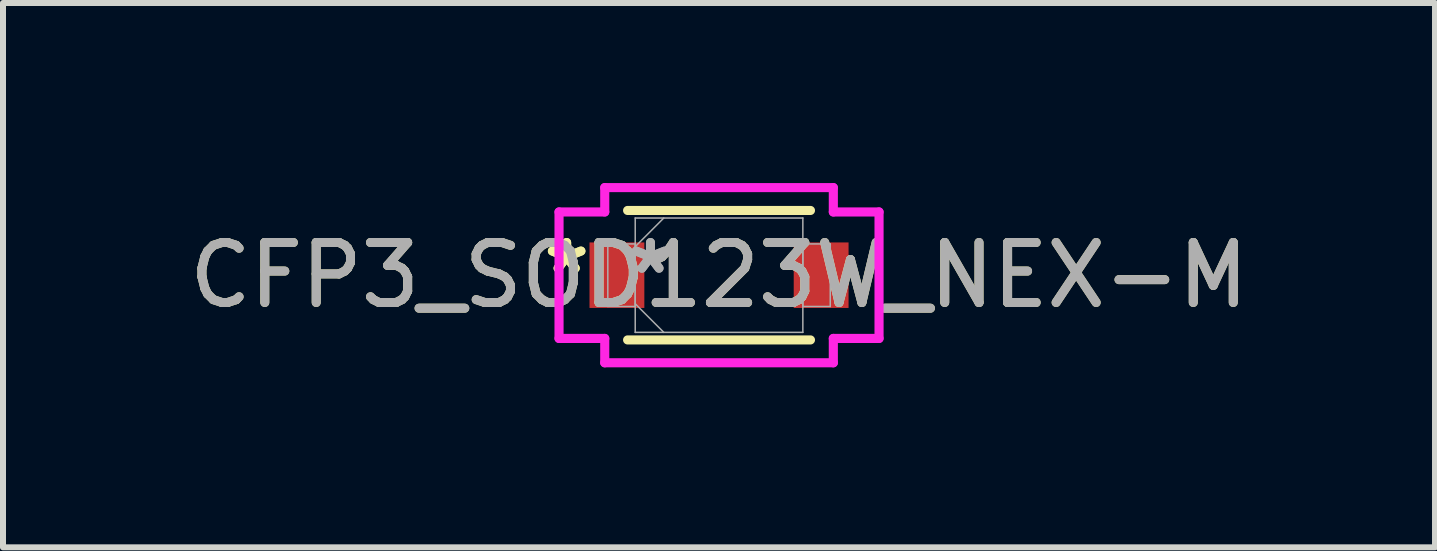
<source format=kicad_pcb>
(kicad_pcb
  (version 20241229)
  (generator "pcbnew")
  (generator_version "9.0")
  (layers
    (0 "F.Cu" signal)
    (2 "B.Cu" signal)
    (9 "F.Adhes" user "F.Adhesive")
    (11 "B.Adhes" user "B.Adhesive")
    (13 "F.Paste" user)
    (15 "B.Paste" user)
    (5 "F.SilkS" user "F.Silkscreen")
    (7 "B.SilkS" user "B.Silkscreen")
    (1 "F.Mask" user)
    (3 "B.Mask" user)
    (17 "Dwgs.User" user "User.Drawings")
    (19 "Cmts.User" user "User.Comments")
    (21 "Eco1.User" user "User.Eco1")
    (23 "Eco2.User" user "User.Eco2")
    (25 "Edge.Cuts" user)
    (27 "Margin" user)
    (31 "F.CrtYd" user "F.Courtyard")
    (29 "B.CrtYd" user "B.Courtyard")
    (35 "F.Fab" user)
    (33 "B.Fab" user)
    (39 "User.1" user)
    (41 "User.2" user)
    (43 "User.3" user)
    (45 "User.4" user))
  (footprint "CFP3_SOD123W_NEX-M"
    (layer "F.Cu")
    (at 8.935 1.537)
    (property "Reference" "CFP3_SOD123W_NEX-M" (at 0 0 0) (unlocked yes) (layer "F.SilkS") (effects (font (size 1 1) (thickness 0.15))))
    (attr smd)
    (fp_line (start -1.524 1.079) (end 1.524 1.079) (stroke (width 0.152) (type solid)) (layer "F.SilkS"))
    (fp_line (start 1.524 -1.079) (end -1.524 -1.079) (stroke (width 0.152) (type solid)) (layer "F.SilkS"))
    (fp_line (start -2.667 -1.054) (end -1.905 -1.054) (stroke (width 0.152) (type solid)) (layer "F.CrtYd"))
    (fp_line (start -2.667 1.054) (end -2.667 -1.054) (stroke (width 0.152) (type solid)) (layer "F.CrtYd"))
    (fp_line (start -1.905 -1.46) (end 1.905 -1.46) (stroke (width 0.152) (type solid)) (layer "F.CrtYd"))
    (fp_line (start -1.905 -1.054) (end -1.905 -1.46) (stroke (width 0.152) (type solid)) (layer "F.CrtYd"))
    (fp_line (start -1.905 1.054) (end -2.667 1.054) (stroke (width 0.152) (type solid)) (layer "F.CrtYd"))
    (fp_line (start -1.905 1.46) (end -1.905 1.054) (stroke (width 0.152) (type solid)) (layer "F.CrtYd"))
    (fp_line (start 1.905 -1.46) (end 1.905 -1.054) (stroke (width 0.152) (type solid)) (layer "F.CrtYd"))
    (fp_line (start 1.905 -1.054) (end 2.667 -1.054) (stroke (width 0.152) (type solid)) (layer "F.CrtYd"))
    (fp_line (start 1.905 1.054) (end 1.905 1.46) (stroke (width 0.152) (type solid)) (layer "F.CrtYd"))
    (fp_line (start 1.905 1.46) (end -1.905 1.46) (stroke (width 0.152) (type solid)) (layer "F.CrtYd"))
    (fp_line (start 2.667 -1.054) (end 2.667 1.054) (stroke (width 0.152) (type solid)) (layer "F.CrtYd"))
    (fp_line (start 2.667 1.054) (end 1.905 1.054) (stroke (width 0.152) (type solid)) (layer "F.CrtYd"))
    (fp_line (start -1.854 -0.521) (end -1.854 0.521) (stroke (width 0.025) (type solid)) (layer "F.Fab"))
    (fp_line (start -1.854 0.521) (end -1.397 0.521) (stroke (width 0.025) (type solid)) (layer "F.Fab"))
    (fp_line (start -1.397 -0.953) (end -1.397 0.953) (stroke (width 0.025) (type solid)) (layer "F.Fab"))
    (fp_line (start -1.397 -0.521) (end -1.854 -0.521) (stroke (width 0.025) (type solid)) (layer "F.Fab"))
    (fp_line (start -1.397 -0.476) (end -0.921 -0.953) (stroke (width 0.025) (type solid)) (layer "F.Fab"))
    (fp_line (start -1.397 0.476) (end -0.921 0.953) (stroke (width 0.025) (type solid)) (layer "F.Fab"))
    (fp_line (start -1.397 0.521) (end -1.397 -0.521) (stroke (width 0.025) (type solid)) (layer "F.Fab"))
    (fp_line (start -1.397 0.953) (end 1.397 0.953) (stroke (width 0.025) (type solid)) (layer "F.Fab"))
    (fp_line (start 1.397 -0.953) (end -1.397 -0.953) (stroke (width 0.025) (type solid)) (layer "F.Fab"))
    (fp_line (start 1.397 -0.521) (end 1.397 0.521) (stroke (width 0.025) (type solid)) (layer "F.Fab"))
    (fp_line (start 1.397 0.521) (end 1.854 0.521) (stroke (width 0.025) (type solid)) (layer "F.Fab"))
    (fp_line (start 1.397 0.953) (end 1.397 -0.953) (stroke (width 0.025) (type solid)) (layer "F.Fab"))
    (fp_line (start 1.854 -0.521) (end 1.397 -0.521) (stroke (width 0.025) (type solid)) (layer "F.Fab"))
    (fp_line (start 1.854 0.521) (end 1.854 -0.521) (stroke (width 0.025) (type solid)) (layer "F.Fab"))
    (fp_text user "*" (at -2.54 0 0) (unlocked yes) (layer "F.SilkS") (effects (font (size 1 1) (thickness 0.15))))
    (fp_text user "*" (at -2.54 0 0) (layer "F.SilkS") (effects (font (size 1 1) (thickness 0.15))))
    (fp_text user "*" (at -1.143 0 0) (unlocked yes) (layer "F.Fab") (effects (font (size 1 1) (thickness 0.15))))
    (fp_text user "*" (at -1.143 0 0) (layer "F.Fab") (effects (font (size 1 1) (thickness 0.15))))
    (fp_text user "${REFERENCE}" (at 0 0 0) (unlocked yes) (layer "F.Fab") (effects (font (size 1 1) (thickness 0.15))))
    (pad "1" smd rect (at -1.702 0) (size 0.914 1.092) (layers "F.Cu" "F.Mask" "F.Paste"))
    (pad "2" smd rect (at 1.702 0) (size 0.914 1.092) (layers "F.Cu" "F.Mask" "F.Paste"))
    (zone (net_name "") (layer "F.Cu") (hatch full 0.508) (connect_pads) (min_thickness 0.254) (filled_areas_thickness no) (keepout (tracks not_allowed) (vias not_allowed) (pads allowed) (copperpour not_allowed) (footprints allowed)) (placement (enabled no)) (fill) (polygon (pts (xy 7.741 0.635) (xy 10.128 0.635) (xy 10.128 2.438) (xy 7.741 2.438)))))
  (gr_rect
    (start -3 -3)
    (end 20.869 6.073)
    (stroke (width 0.1) (type default))
    (fill no)
    (layer "Edge.Cuts")))
</source>
